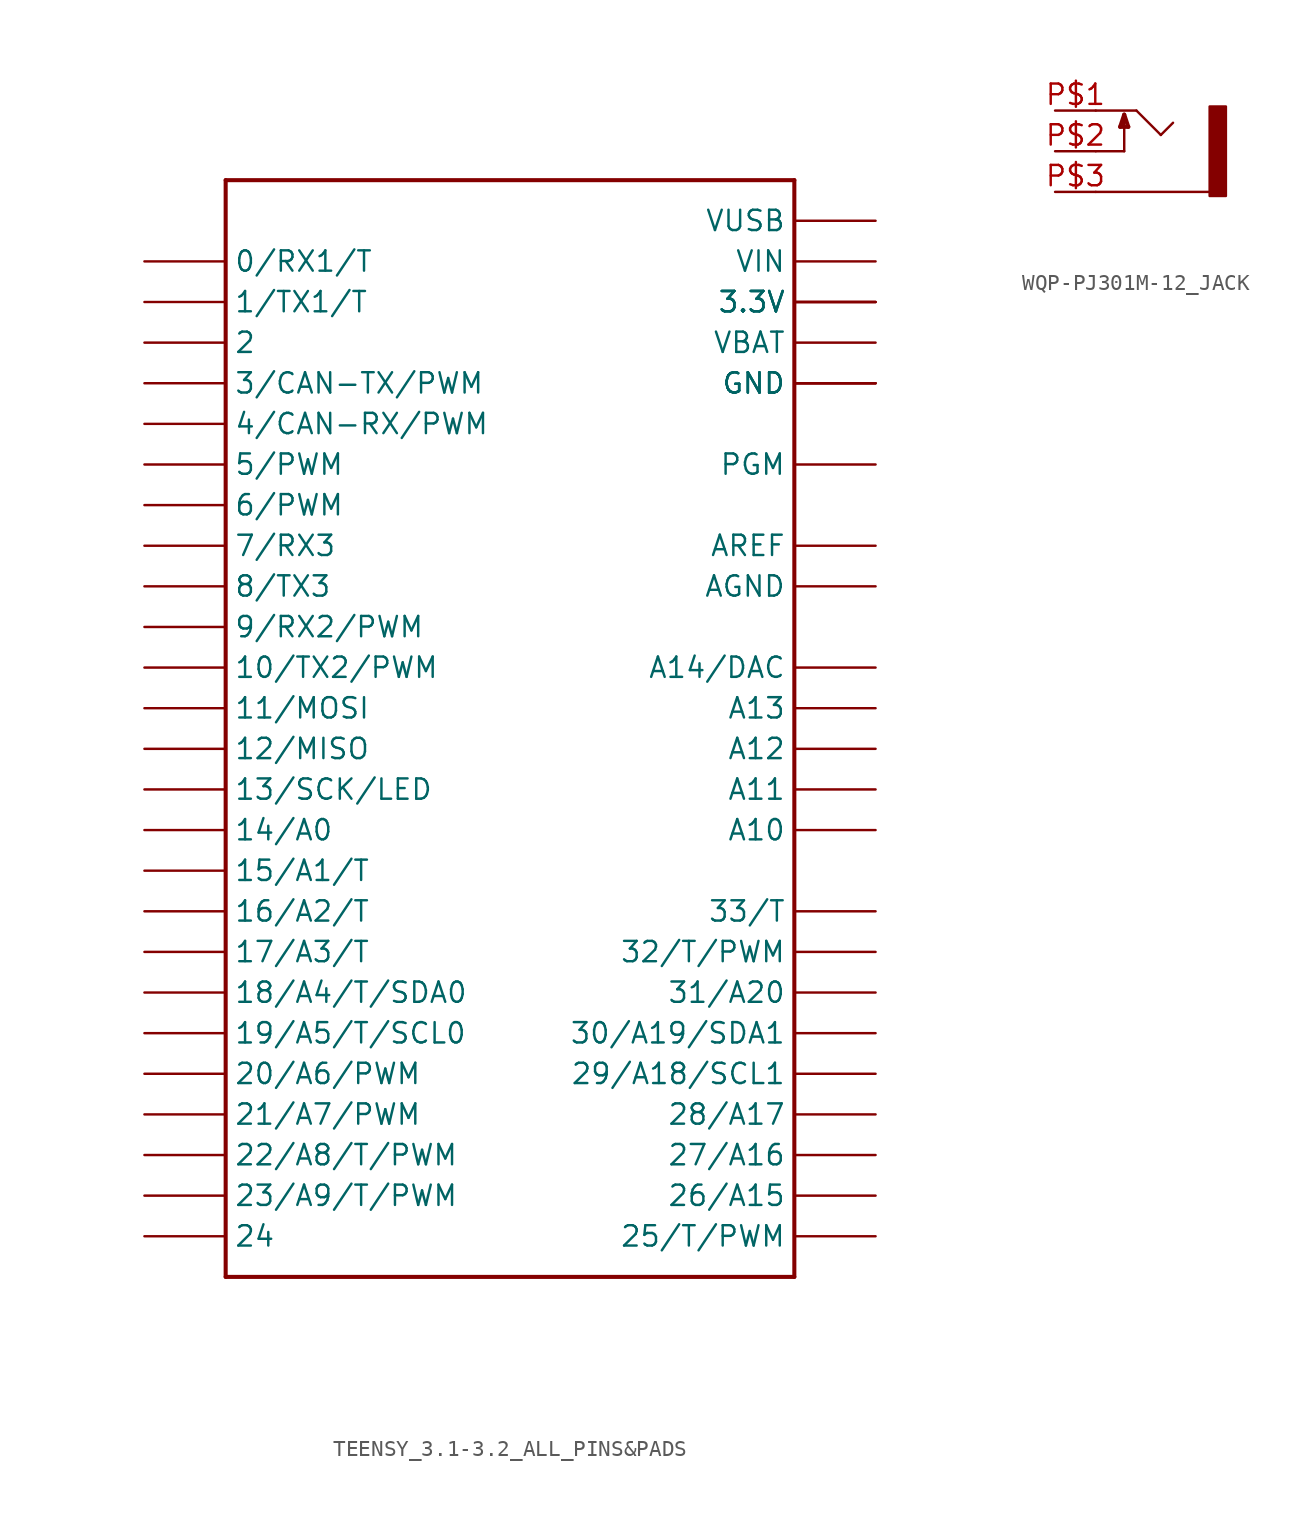
<source format=kicad_sym>
(kicad_symbol_lib
  (version 20220914)
  (generator kicad_symbol_editor)
  (symbol "TEENSY_3.1-3.2_ALL_PINS&PADS"
    (property "Reference" ""
      (at -5.588 34.29 0)
      (effects (font (size 1.27 1.27) bold) (justify left bottom) hide))
    (property "Value" ""
      (at -2.794 -38.1 0)
      (effects (font (size 1.27 1.27) bold) (justify left bottom)))
    (property "ki_locked" ""
      (at 0 0 0)
      (effects (font (size 1.27 1.27))))
    (symbol "TEENSY_3.1-3.2_ALL_PINS&PADS_1_0"
      (polyline (pts (xy -17.78 -35.56) (xy 17.78 -35.56)) (stroke (width 0.254) (type solid)) (fill (type none)))
      (polyline (pts (xy -17.78 33.02) (xy -17.78 -35.56)) (stroke (width 0.254) (type solid)) (fill (type none)))
      (polyline (pts (xy 17.78 -35.56) (xy 17.78 33.02)) (stroke (width 0.254) (type solid)) (fill (type none)))
      (polyline (pts (xy 17.78 33.02) (xy -17.78 33.02)) (stroke (width 0.254) (type solid)) (fill (type none)))
      (pin bidirectional line (at -22.86 27.94 0) (length 5.08) (name "0/RX1/T" (effects (font (size 1.27 1.27)))) (number "0" (effects (font (size 0 0)))))
      (pin bidirectional line (at -22.86 25.4 0) (length 5.08) (name "1/TX1/T" (effects (font (size 1.27 1.27)))) (number "1" (effects (font (size 0 0)))))
      (pin bidirectional line (at -22.86 2.54 0) (length 5.08) (name "10/TX2/PWM" (effects (font (size 1.27 1.27)))) (number "10" (effects (font (size 0 0)))))
      (pin bidirectional line (at -22.86 0 0) (length 5.08) (name "11/MOSI" (effects (font (size 1.27 1.27)))) (number "11" (effects (font (size 0 0)))))
      (pin bidirectional line (at -22.86 -2.54 0) (length 5.08) (name "12/MISO" (effects (font (size 1.27 1.27)))) (number "12" (effects (font (size 0 0)))))
      (pin bidirectional line (at -22.86 -5.08 0) (length 5.08) (name "13/SCK/LED" (effects (font (size 1.27 1.27)))) (number "13" (effects (font (size 0 0)))))
      (pin bidirectional line (at -22.86 -7.62 0) (length 5.08) (name "14/A0" (effects (font (size 1.27 1.27)))) (number "14/A0" (effects (font (size 0 0)))))
      (pin bidirectional line (at -22.86 -10.16 0) (length 5.08) (name "15/A1/T" (effects (font (size 1.27 1.27)))) (number "15/A1" (effects (font (size 0 0)))))
      (pin bidirectional line (at -22.86 -12.7 0) (length 5.08) (name "16/A2/T" (effects (font (size 1.27 1.27)))) (number "16/A2" (effects (font (size 0 0)))))
      (pin bidirectional line (at -22.86 -15.24 0) (length 5.08) (name "17/A3/T" (effects (font (size 1.27 1.27)))) (number "17/A3" (effects (font (size 0 0)))))
      (pin bidirectional line (at -22.86 -17.78 0) (length 5.08) (name "18/A4/T/SDA0" (effects (font (size 1.27 1.27)))) (number "18/A4" (effects (font (size 0 0)))))
      (pin bidirectional line (at -22.86 -20.32 0) (length 5.08) (name "19/A5/T/SCL0" (effects (font (size 1.27 1.27)))) (number "19/A5" (effects (font (size 0 0)))))
      (pin bidirectional line (at -22.86 22.86 0) (length 5.08) (name "2" (effects (font (size 1.27 1.27)))) (number "2" (effects (font (size 0 0)))))
      (pin bidirectional line (at -22.86 -22.86 0) (length 5.08) (name "20/A6/PWM" (effects (font (size 1.27 1.27)))) (number "20/A6" (effects (font (size 0 0)))))
      (pin bidirectional line (at -22.86 -25.4 0) (length 5.08) (name "21/A7/PWM" (effects (font (size 1.27 1.27)))) (number "21/A7" (effects (font (size 0 0)))))
      (pin bidirectional line (at -22.86 -27.94 0) (length 5.08) (name "22/A8/T/PWM" (effects (font (size 1.27 1.27)))) (number "22/A8" (effects (font (size 0 0)))))
      (pin bidirectional line (at -22.86 -30.48 0) (length 5.08) (name "23/A9/T/PWM" (effects (font (size 1.27 1.27)))) (number "23/A9" (effects (font (size 0 0)))))
      (pin bidirectional line (at -22.86 -33.02 0) (length 5.08) (name "24" (effects (font (size 1.27 1.27)))) (number "24" (effects (font (size 0 0)))))
      (pin bidirectional line (at 22.86 -33.02 180) (length 5.08) (name "25/T/PWM" (effects (font (size 1.27 1.27)))) (number "25" (effects (font (size 0 0)))))
      (pin bidirectional line (at 22.86 -30.48 180) (length 5.08) (name "26/A15" (effects (font (size 1.27 1.27)))) (number "26" (effects (font (size 0 0)))))
      (pin bidirectional line (at 22.86 -27.94 180) (length 5.08) (name "27/A16" (effects (font (size 1.27 1.27)))) (number "27" (effects (font (size 0 0)))))
      (pin bidirectional line (at 22.86 -25.4 180) (length 5.08) (name "28/A17" (effects (font (size 1.27 1.27)))) (number "28" (effects (font (size 0 0)))))
      (pin bidirectional line (at 22.86 -22.86 180) (length 5.08) (name "29/A18/SCL1" (effects (font (size 1.27 1.27)))) (number "29" (effects (font (size 0 0)))))
      (pin bidirectional line (at -22.86 20.32 0) (length 5.08) (name "3/CAN-TX/PWM" (effects (font (size 1.27 1.27)))) (number "3" (effects (font (size 0 0)))))
      (pin power_in line (at 22.86 25.4 180) (length 5.08) (name "3.3V" (effects (font (size 1.27 1.27)))) (number "3.3V" (effects (font (size 0 0)))))
      (pin power_in line (at 22.86 25.4 180) (length 5.08) (name "3.3V" (effects (font (size 1.27 1.27)))) (number "3.3V1" (effects (font (size 0 0)))))
      (pin power_in line (at 22.86 25.4 180) (length 5.08) (name "3.3V" (effects (font (size 1.27 1.27)))) (number "3.3V2" (effects (font (size 0 0)))))
      (pin bidirectional line (at 22.86 -20.32 180) (length 5.08) (name "30/A19/SDA1" (effects (font (size 1.27 1.27)))) (number "30" (effects (font (size 0 0)))))
      (pin bidirectional line (at 22.86 -17.78 180) (length 5.08) (name "31/A20" (effects (font (size 1.27 1.27)))) (number "31" (effects (font (size 0 0)))))
      (pin bidirectional line (at 22.86 -15.24 180) (length 5.08) (name "32/T/PWM" (effects (font (size 1.27 1.27)))) (number "32" (effects (font (size 0 0)))))
      (pin bidirectional line (at 22.86 -12.7 180) (length 5.08) (name "33/T" (effects (font (size 1.27 1.27)))) (number "33" (effects (font (size 0 0)))))
      (pin bidirectional line (at -22.86 17.78 0) (length 5.08) (name "4/CAN-RX/PWM" (effects (font (size 1.27 1.27)))) (number "4" (effects (font (size 0 0)))))
      (pin bidirectional line (at -22.86 15.24 0) (length 5.08) (name "5/PWM" (effects (font (size 1.27 1.27)))) (number "5" (effects (font (size 0 0)))))
      (pin bidirectional line (at -22.86 12.7 0) (length 5.08) (name "6/PWM" (effects (font (size 1.27 1.27)))) (number "6" (effects (font (size 0 0)))))
      (pin bidirectional line (at -22.86 10.16 0) (length 5.08) (name "7/RX3" (effects (font (size 1.27 1.27)))) (number "7" (effects (font (size 0 0)))))
      (pin bidirectional line (at -22.86 7.62 0) (length 5.08) (name "8/TX3" (effects (font (size 1.27 1.27)))) (number "8" (effects (font (size 0 0)))))
      (pin bidirectional line (at -22.86 5.08 0) (length 5.08) (name "9/RX2/PWM" (effects (font (size 1.27 1.27)))) (number "9" (effects (font (size 0 0)))))
      (pin bidirectional line (at 22.86 -7.62 180) (length 5.08) (name "A10" (effects (font (size 1.27 1.27)))) (number "A10" (effects (font (size 0 0)))))
      (pin bidirectional line (at 22.86 -5.08 180) (length 5.08) (name "A11" (effects (font (size 1.27 1.27)))) (number "A11" (effects (font (size 0 0)))))
      (pin bidirectional line (at 22.86 -2.54 180) (length 5.08) (name "A12" (effects (font (size 1.27 1.27)))) (number "A12" (effects (font (size 0 0)))))
      (pin bidirectional line (at 22.86 0 180) (length 5.08) (name "A13" (effects (font (size 1.27 1.27)))) (number "A13" (effects (font (size 0 0)))))
      (pin power_in line (at 22.86 7.62 180) (length 5.08) (name "AGND" (effects (font (size 1.27 1.27)))) (number "AGND" (effects (font (size 0 0)))))
      (pin power_in line (at 22.86 10.16 180) (length 5.08) (name "AREF" (effects (font (size 1.27 1.27)))) (number "AREF" (effects (font (size 0 0)))))
      (pin power_in line (at 22.86 20.32 180) (length 5.08) (name "GND" (effects (font (size 1.27 1.27)))) (number "GND" (effects (font (size 0 0)))))
      (pin power_in line (at 22.86 20.32 180) (length 5.08) (name "GND" (effects (font (size 1.27 1.27)))) (number "GND1" (effects (font (size 0 0)))))
      (pin power_in line (at 22.86 20.32 180) (length 5.08) (name "GND" (effects (font (size 1.27 1.27)))) (number "GND2" (effects (font (size 0 0)))))
      (pin bidirectional line (at 22.86 15.24 180) (length 5.08) (name "PGM" (effects (font (size 1.27 1.27)))) (number "PGM" (effects (font (size 0 0)))))
      (pin bidirectional line (at 22.86 2.54 180) (length 5.08) (name "A14/DAC" (effects (font (size 1.27 1.27)))) (number "RESET/DAC" (effects (font (size 0 0)))))
      (pin power_in line (at 22.86 22.86 180) (length 5.08) (name "VBAT" (effects (font (size 1.27 1.27)))) (number "VBAT" (effects (font (size 0 0)))))
      (pin power_in line (at 22.86 27.94 180) (length 5.08) (name "VIN" (effects (font (size 1.27 1.27)))) (number "VIN" (effects (font (size 0 0)))))
      (pin power_in line (at 22.86 30.48 180) (length 5.08) (name "VUSB" (effects (font (size 1.27 1.27)))) (number "VUSB" (effects (font (size 0 0)))))))
  (symbol "WQP-PJ301M-12_JACK"
    (property "Reference" ""
      (at -2.54 4.064 0)
      (effects (font (size 1.778 1.511)) (justify left bottom) hide))
    (property "Value" ""
      (at -2.54 -6.096 0)
      (effects (font (size 1.778 1.511)) (justify left bottom)))
    (property "ki_locked" ""
      (at 0 0 0)
      (effects (font (size 1.27 1.27))))
    (symbol "WQP-PJ301M-12_JACK_1_0"
      (polyline (pts (xy -2.54 -2.54) (xy 4.572 -2.54)) (stroke (width 0.152) (type solid)) (fill (type none)))
      (polyline (pts (xy -2.54 0) (xy -0.762 0)) (stroke (width 0.152) (type solid)) (fill (type none)))
      (polyline (pts (xy -2.54 2.54) (xy 0 2.54)) (stroke (width 0.152) (type solid)) (fill (type none)))
      (polyline (pts (xy -1.016 1.524) (xy -0.508 1.524)) (stroke (width 0.254) (type solid)) (fill (type none)))
      (polyline (pts (xy -0.762 0) (xy -0.762 2.286)) (stroke (width 0.152) (type solid)) (fill (type none)))
      (polyline (pts (xy -0.762 2.286) (xy -1.016 1.524)) (stroke (width 0.254) (type solid)) (fill (type none)))
      (polyline (pts (xy -0.508 1.524) (xy -0.762 2.286)) (stroke (width 0.254) (type solid)) (fill (type none)))
      (polyline (pts (xy 0 2.54) (xy 1.524 1.016)) (stroke (width 0.152) (type solid)) (fill (type none)))
      (polyline (pts (xy 1.524 1.016) (xy 2.286 1.778)) (stroke (width 0.152) (type solid)) (fill (type none)))
      (rectangle (start 4.572 2.794) (end 5.588 -2.794) (stroke (width 0) (type default)) (fill (type outline)))
      (pin passive line (at -5.08 2.54 0) (length 2.54) (name "2" (effects (font (size 0 0)))) (number "P$1" (effects (font (size 1.27 1.27)))))
      (pin passive line (at -5.08 0 0) (length 2.54) (name "3" (effects (font (size 0 0)))) (number "P$2" (effects (font (size 1.27 1.27)))))
      (pin passive line (at -5.08 -2.54 0) (length 2.54) (name "1" (effects (font (size 0 0)))) (number "P$3" (effects (font (size 1.27 1.27))))))))
</source>
